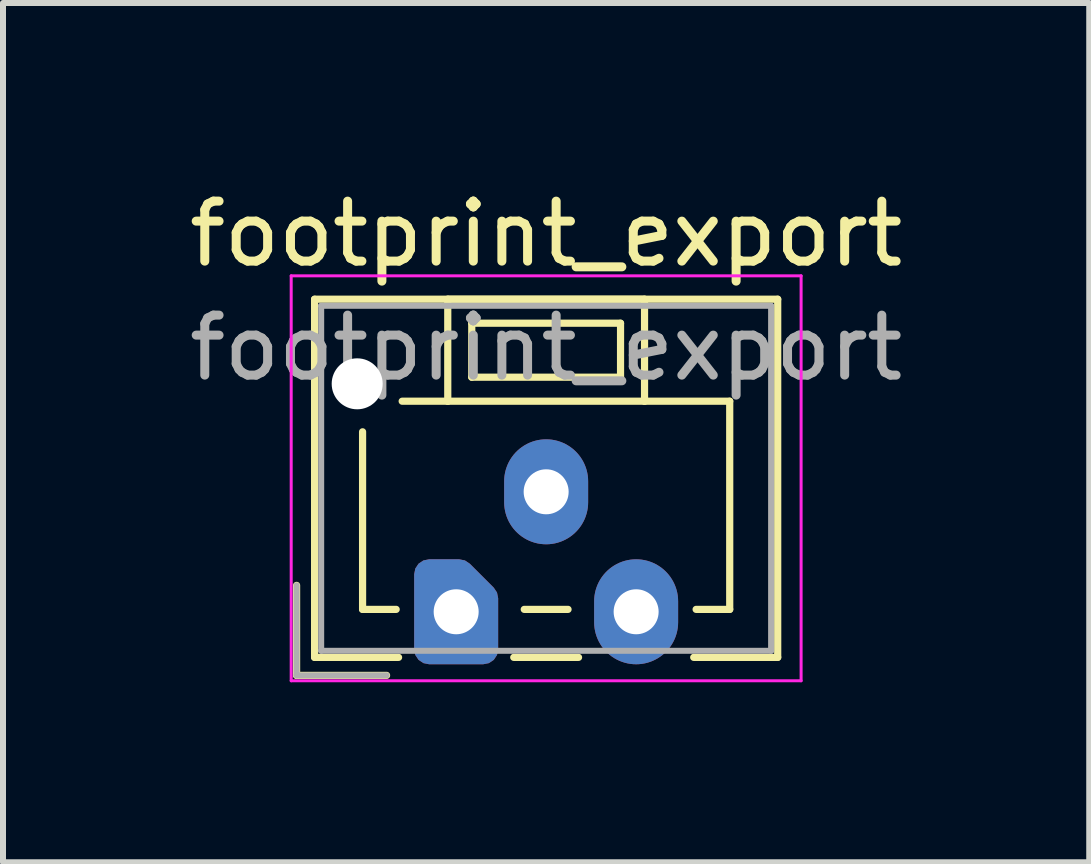
<source format=kicad_pcb>
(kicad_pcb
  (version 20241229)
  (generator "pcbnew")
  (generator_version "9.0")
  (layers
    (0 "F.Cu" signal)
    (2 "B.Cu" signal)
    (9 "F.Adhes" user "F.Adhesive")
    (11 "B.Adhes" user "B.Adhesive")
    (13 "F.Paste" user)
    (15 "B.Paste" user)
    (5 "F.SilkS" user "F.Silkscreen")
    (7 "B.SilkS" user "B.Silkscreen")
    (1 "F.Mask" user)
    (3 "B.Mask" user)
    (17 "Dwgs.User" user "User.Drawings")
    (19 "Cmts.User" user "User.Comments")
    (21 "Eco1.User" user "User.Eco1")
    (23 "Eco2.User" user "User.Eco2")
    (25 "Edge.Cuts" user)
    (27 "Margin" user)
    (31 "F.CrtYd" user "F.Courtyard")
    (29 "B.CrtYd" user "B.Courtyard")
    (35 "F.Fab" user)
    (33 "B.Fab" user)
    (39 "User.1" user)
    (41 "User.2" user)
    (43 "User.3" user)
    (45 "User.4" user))
  (footprint "footprint_export"
    (layer "F.Cu")
    (at 4.554 7.148)
    (property "Reference" "footprint_export" (at 1.5 -6.3 0) (layer "F.SilkS") (effects (font (size 1 1) (thickness 0.15))))
    (attr through_hole)
    (fp_line (start -2.66 -0.44) (end -2.66 1.06) (stroke (width 0.12) (type solid)) (layer "F.SilkS"))
    (fp_line (start -2.66 1.06) (end -1.16 1.06) (stroke (width 0.12) (type solid)) (layer "F.SilkS"))
    (fp_line (start -2.36 -5.21) (end 5.36 -5.21) (stroke (width 0.12) (type solid)) (layer "F.SilkS"))
    (fp_line (start -2.36 0.76) (end -2.36 -5.21) (stroke (width 0.12) (type solid)) (layer "F.SilkS"))
    (fp_line (start -1.56 -3) (end -1.56 -0.04) (stroke (width 0.12) (type solid)) (layer "F.SilkS"))
    (fp_line (start -1.56 -0.04) (end -1 -0.04) (stroke (width 0.12) (type solid)) (layer "F.SilkS"))
    (fp_line (start -0.96 0.76) (end -2.36 0.76) (stroke (width 0.12) (type solid)) (layer "F.SilkS"))
    (fp_line (start -0.14 -5.21) (end -0.14 -3.51) (stroke (width 0.12) (type solid)) (layer "F.SilkS"))
    (fp_line (start -0.14 -3.51) (end -0.9 -3.51) (stroke (width 0.12) (type solid)) (layer "F.SilkS"))
    (fp_line (start -0.14 -3.51) (end 3.14 -3.51) (stroke (width 0.12) (type solid)) (layer "F.SilkS"))
    (fp_line (start 0.26 -4.81) (end 0.26 -3.91) (stroke (width 0.12) (type solid)) (layer "F.SilkS"))
    (fp_line (start 0.26 -3.91) (end 2.74 -3.91) (stroke (width 0.12) (type solid)) (layer "F.SilkS"))
    (fp_line (start 0.96 0.76) (end 2.04 0.76) (stroke (width 0.12) (type solid)) (layer "F.SilkS"))
    (fp_line (start 1.135 -0.04) (end 1.865 -0.04) (stroke (width 0.12) (type solid)) (layer "F.SilkS"))
    (fp_line (start 2.74 -4.81) (end 0.26 -4.81) (stroke (width 0.12) (type solid)) (layer "F.SilkS"))
    (fp_line (start 2.74 -3.91) (end 2.74 -4.81) (stroke (width 0.12) (type solid)) (layer "F.SilkS"))
    (fp_line (start 3.14 -5.21) (end -0.14 -5.21) (stroke (width 0.12) (type solid)) (layer "F.SilkS"))
    (fp_line (start 3.14 -3.51) (end 3.14 -5.21) (stroke (width 0.12) (type solid)) (layer "F.SilkS"))
    (fp_line (start 3.14 -3.51) (end 4.56 -3.51) (stroke (width 0.12) (type solid)) (layer "F.SilkS"))
    (fp_line (start 4.56 -3.51) (end 4.56 -0.04) (stroke (width 0.12) (type solid)) (layer "F.SilkS"))
    (fp_line (start 4.56 -0.04) (end 4 -0.04) (stroke (width 0.12) (type solid)) (layer "F.SilkS"))
    (fp_line (start 5.36 -5.21) (end 5.36 0.76) (stroke (width 0.12) (type solid)) (layer "F.SilkS"))
    (fp_line (start 5.36 0.76) (end 3.96 0.76) (stroke (width 0.12) (type solid)) (layer "F.SilkS"))
    (fp_line (start -2.75 -5.6) (end -2.75 1.15) (stroke (width 0.05) (type solid)) (layer "F.CrtYd"))
    (fp_line (start -2.75 1.15) (end 5.75 1.15) (stroke (width 0.05) (type solid)) (layer "F.CrtYd"))
    (fp_line (start 5.75 -5.6) (end -2.75 -5.6) (stroke (width 0.05) (type solid)) (layer "F.CrtYd"))
    (fp_line (start 5.75 1.15) (end 5.75 -5.6) (stroke (width 0.05) (type solid)) (layer "F.CrtYd"))
    (fp_line (start -2.66 -0.44) (end -2.66 1.06) (stroke (width 0.1) (type solid)) (layer "F.Fab"))
    (fp_line (start -2.66 1.06) (end -1.16 1.06) (stroke (width 0.1) (type solid)) (layer "F.Fab"))
    (fp_line (start -2.25 -5.1) (end -2.25 0.65) (stroke (width 0.1) (type solid)) (layer "F.Fab"))
    (fp_line (start -2.25 0.65) (end 5.25 0.65) (stroke (width 0.1) (type solid)) (layer "F.Fab"))
    (fp_line (start 5.25 -5.1) (end -2.25 -5.1) (stroke (width 0.1) (type solid)) (layer "F.Fab"))
    (fp_line (start 5.25 0.65) (end 5.25 -5.1) (stroke (width 0.1) (type solid)) (layer "F.Fab"))
    (fp_text user "${REFERENCE}" (at 1.5 -4.4 0) (layer "F.Fab") (effects (font (size 1 1) (thickness 0.15))))
    (pad "" np_thru_hole circle (at -1.65 -3.8) (size 0.85 0.85) (drill 0.85) (layers "*.Cu" "*.Mask"))
    (pad "1" thru_hole custom (at 0 0) (size 1.117 1.117) (drill 0.75) (layers "*.Cu" "*.Mask") (options (anchor circle)) (primitives (gr_poly (pts (xy 0.45 -0.225) (xy 0.45 0.625) (xy -0.45 0.625) (xy -0.45 -0.625) (xy 0.05 -0.625)) (width 0.5) (fill yes))))
    (pad "2" thru_hole oval (at 1.5 -2) (size 1.4 1.75) (drill 0.75) (layers "*.Cu" "*.Mask"))
    (pad "3" thru_hole oval (at 3 0) (size 1.4 1.75) (drill 0.75) (layers "*.Cu" "*.Mask")))
  (gr_rect
    (start -3 -3)
    (end 15.107 11.323)
    (stroke (width 0.1) (type default))
    (fill no)
    (layer "Edge.Cuts")))
</source>
